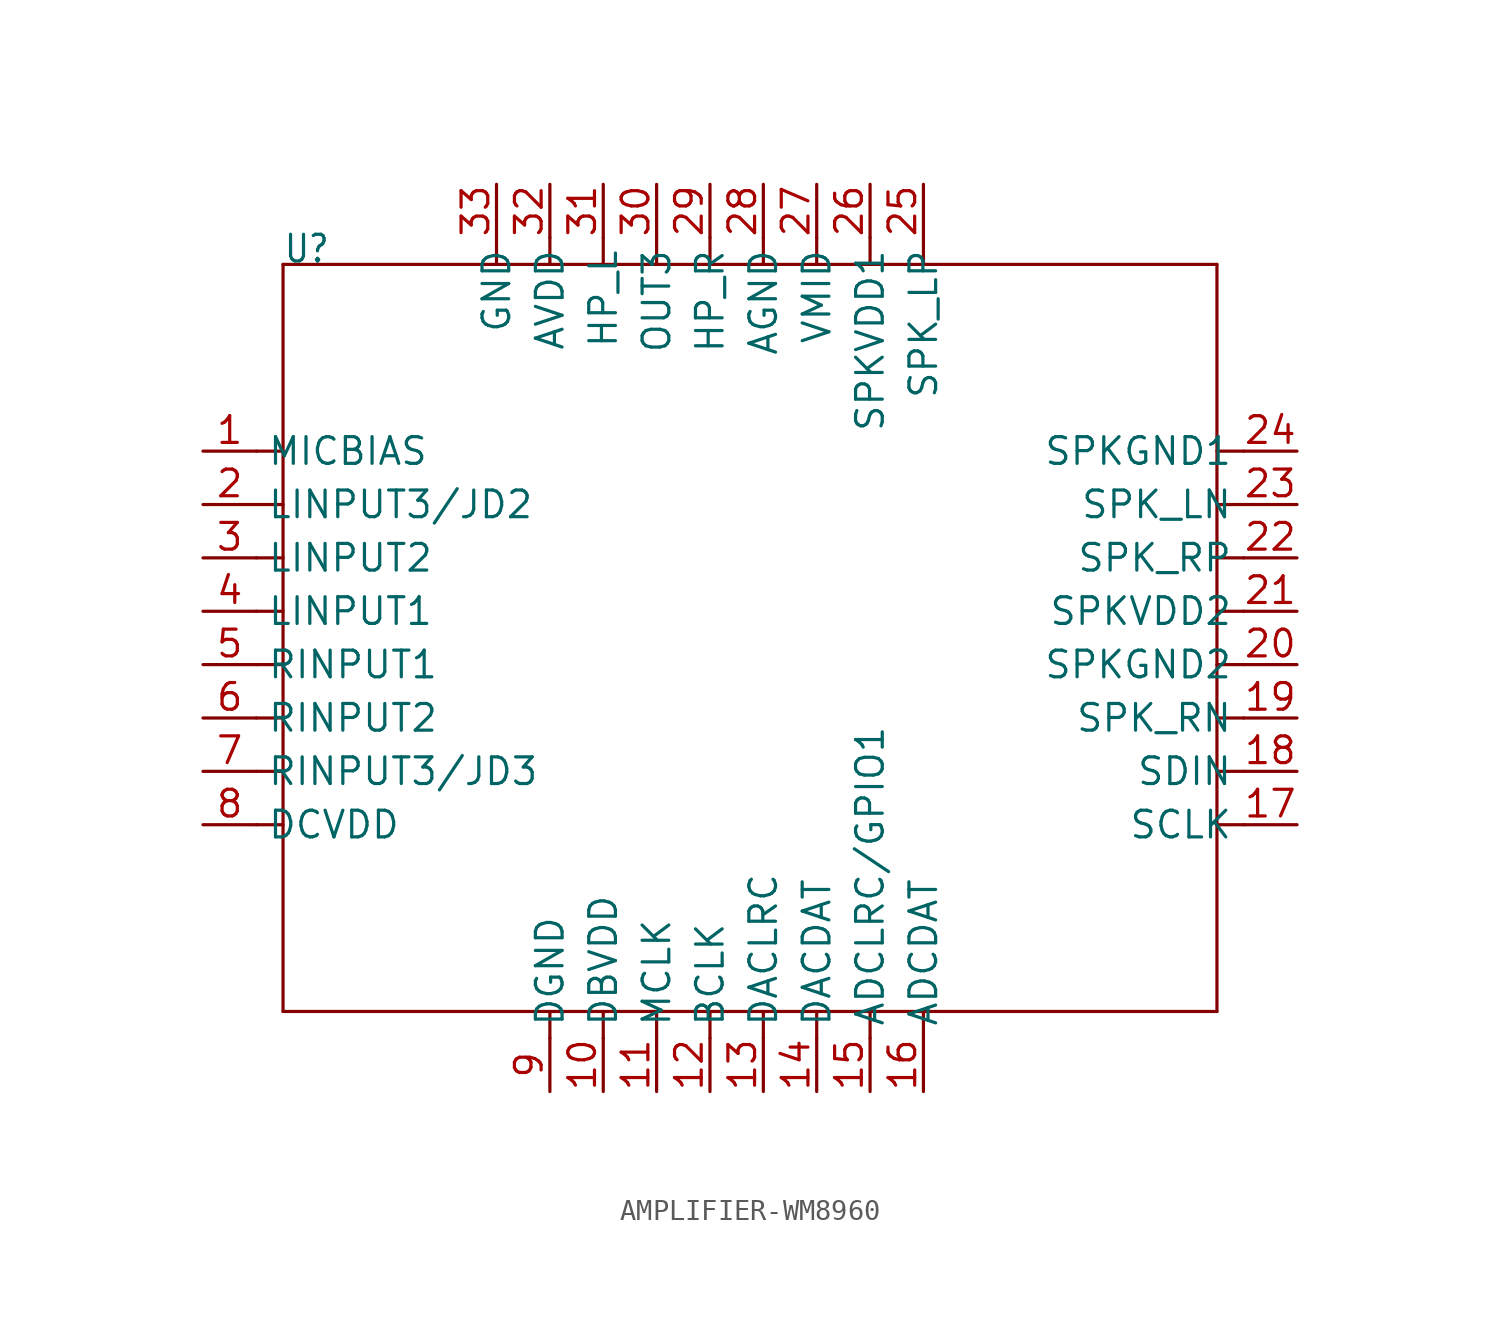
<source format=kicad_sym>
(kicad_symbol_lib
  (version 20231120)
  (generator "kicad_symbol_editor")
  (generator_version "8.0")
  (symbol "AMPLIFIER-WM8960"
    (property "Reference" "U"
      (at -21.59 17.78 0)
      (effects (font (size 1.27 1.079)) (justify left bottom)))
    (property "Value" ""
      (at 16.51 17.78 0)
      (effects (font (size 1.27 1.079)) (justify left bottom)))
    (property "ki_locked" ""
      (at 0 0 0)
      (effects (font (size 1.27 1.27))))
    (symbol "AMPLIFIER-WM8960_1_0"
      (polyline (pts (xy -22.86 -8.89) (xy -21.59 -8.89)) (stroke (width 0.152) (type solid)) (fill (type none)))
      (polyline (pts (xy -22.86 -6.35) (xy -21.59 -6.35)) (stroke (width 0.152) (type solid)) (fill (type none)))
      (polyline (pts (xy -22.86 -3.81) (xy -21.59 -3.81)) (stroke (width 0.152) (type solid)) (fill (type none)))
      (polyline (pts (xy -22.86 -1.27) (xy -21.59 -1.27)) (stroke (width 0.152) (type solid)) (fill (type none)))
      (polyline (pts (xy -22.86 1.27) (xy -21.59 1.27)) (stroke (width 0.152) (type solid)) (fill (type none)))
      (polyline (pts (xy -22.86 3.81) (xy -21.59 3.81)) (stroke (width 0.152) (type solid)) (fill (type none)))
      (polyline (pts (xy -22.86 6.35) (xy -21.59 6.35)) (stroke (width 0.152) (type solid)) (fill (type none)))
      (polyline (pts (xy -22.86 8.89) (xy -21.59 8.89)) (stroke (width 0.152) (type solid)) (fill (type none)))
      (polyline (pts (xy -21.59 -17.78) (xy -21.59 17.78)) (stroke (width 0.152) (type solid)) (fill (type none)))
      (polyline (pts (xy -21.59 17.78) (xy -11.43 17.78)) (stroke (width 0.152) (type solid)) (fill (type none)))
      (polyline (pts (xy -11.43 17.78) (xy -8.89 17.78)) (stroke (width 0.152) (type solid)) (fill (type none)))
      (polyline (pts (xy -11.43 19.05) (xy -11.43 17.78)) (stroke (width 0.152) (type solid)) (fill (type none)))
      (polyline (pts (xy -8.89 -17.78) (xy -8.89 -19.05)) (stroke (width 0.152) (type solid)) (fill (type none)))
      (polyline (pts (xy -8.89 17.78) (xy -6.35 17.78)) (stroke (width 0.152) (type solid)) (fill (type none)))
      (polyline (pts (xy -8.89 19.05) (xy -8.89 17.78)) (stroke (width 0.152) (type solid)) (fill (type none)))
      (polyline (pts (xy -6.35 -17.78) (xy -6.35 -19.05)) (stroke (width 0.152) (type solid)) (fill (type none)))
      (polyline (pts (xy -6.35 17.78) (xy -3.81 17.78)) (stroke (width 0.152) (type solid)) (fill (type none)))
      (polyline (pts (xy -6.35 19.05) (xy -6.35 17.78)) (stroke (width 0.152) (type solid)) (fill (type none)))
      (polyline (pts (xy -3.81 -17.78) (xy -3.81 -19.05)) (stroke (width 0.152) (type solid)) (fill (type none)))
      (polyline (pts (xy -3.81 17.78) (xy -1.27 17.78)) (stroke (width 0.152) (type solid)) (fill (type none)))
      (polyline (pts (xy -3.81 19.05) (xy -3.81 17.78)) (stroke (width 0.152) (type solid)) (fill (type none)))
      (polyline (pts (xy -1.27 -17.78) (xy -1.27 -19.05)) (stroke (width 0.152) (type solid)) (fill (type none)))
      (polyline (pts (xy -1.27 17.78) (xy 1.27 17.78)) (stroke (width 0.152) (type solid)) (fill (type none)))
      (polyline (pts (xy -1.27 19.05) (xy -1.27 17.78)) (stroke (width 0.152) (type solid)) (fill (type none)))
      (polyline (pts (xy 1.27 -17.78) (xy 1.27 -19.05)) (stroke (width 0.152) (type solid)) (fill (type none)))
      (polyline (pts (xy 1.27 17.78) (xy 3.81 17.78)) (stroke (width 0.152) (type solid)) (fill (type none)))
      (polyline (pts (xy 1.27 19.05) (xy 1.27 17.78)) (stroke (width 0.152) (type solid)) (fill (type none)))
      (polyline (pts (xy 3.81 -17.78) (xy 3.81 -19.05)) (stroke (width 0.152) (type solid)) (fill (type none)))
      (polyline (pts (xy 3.81 17.78) (xy 6.35 17.78)) (stroke (width 0.152) (type solid)) (fill (type none)))
      (polyline (pts (xy 3.81 19.05) (xy 3.81 17.78)) (stroke (width 0.152) (type solid)) (fill (type none)))
      (polyline (pts (xy 6.35 -17.78) (xy 6.35 -19.05)) (stroke (width 0.152) (type solid)) (fill (type none)))
      (polyline (pts (xy 6.35 17.78) (xy 8.89 17.78)) (stroke (width 0.152) (type solid)) (fill (type none)))
      (polyline (pts (xy 6.35 19.05) (xy 6.35 17.78)) (stroke (width 0.152) (type solid)) (fill (type none)))
      (polyline (pts (xy 8.89 -17.78) (xy 8.89 -19.05)) (stroke (width 0.152) (type solid)) (fill (type none)))
      (polyline (pts (xy 8.89 17.78) (xy 22.86 17.78)) (stroke (width 0.152) (type solid)) (fill (type none)))
      (polyline (pts (xy 8.89 19.05) (xy 8.89 17.78)) (stroke (width 0.152) (type solid)) (fill (type none)))
      (polyline (pts (xy 22.86 -17.78) (xy -21.59 -17.78)) (stroke (width 0.152) (type solid)) (fill (type none)))
      (polyline (pts (xy 22.86 -8.89) (xy 24.13 -8.89)) (stroke (width 0.152) (type solid)) (fill (type none)))
      (polyline (pts (xy 22.86 -6.35) (xy 24.13 -6.35)) (stroke (width 0.152) (type solid)) (fill (type none)))
      (polyline (pts (xy 22.86 -3.81) (xy 24.13 -3.81)) (stroke (width 0.152) (type solid)) (fill (type none)))
      (polyline (pts (xy 22.86 -1.27) (xy 24.13 -1.27)) (stroke (width 0.152) (type solid)) (fill (type none)))
      (polyline (pts (xy 22.86 1.27) (xy 24.13 1.27)) (stroke (width 0.152) (type solid)) (fill (type none)))
      (polyline (pts (xy 22.86 3.81) (xy 24.13 3.81)) (stroke (width 0.152) (type solid)) (fill (type none)))
      (polyline (pts (xy 22.86 6.35) (xy 24.13 6.35)) (stroke (width 0.152) (type solid)) (fill (type none)))
      (polyline (pts (xy 22.86 8.89) (xy 24.13 8.89)) (stroke (width 0.152) (type solid)) (fill (type none)))
      (polyline (pts (xy 22.86 17.78) (xy 22.86 -17.78)) (stroke (width 0.152) (type solid)) (fill (type none)))
      (pin bidirectional line (at -25.4 8.89 0) (length 2.54) (name "MICBIAS" (effects (font (size 1.27 1.27)))) (number "1" (effects (font (size 1.27 1.27)))))
      (pin bidirectional line (at -6.35 -21.59 90) (length 2.54) (name "DBVDD" (effects (font (size 1.27 1.27)))) (number "10" (effects (font (size 1.27 1.27)))))
      (pin bidirectional line (at -3.81 -21.59 90) (length 2.54) (name "MCLK" (effects (font (size 1.27 1.27)))) (number "11" (effects (font (size 1.27 1.27)))))
      (pin bidirectional line (at -1.27 -21.59 90) (length 2.54) (name "BCLK" (effects (font (size 1.27 1.27)))) (number "12" (effects (font (size 1.27 1.27)))))
      (pin bidirectional line (at 1.27 -21.59 90) (length 2.54) (name "DACLRC" (effects (font (size 1.27 1.27)))) (number "13" (effects (font (size 1.27 1.27)))))
      (pin bidirectional line (at 3.81 -21.59 90) (length 2.54) (name "DACDAT" (effects (font (size 1.27 1.27)))) (number "14" (effects (font (size 1.27 1.27)))))
      (pin bidirectional line (at 6.35 -21.59 90) (length 2.54) (name "ADCLRC/GPIO1" (effects (font (size 1.27 1.27)))) (number "15" (effects (font (size 1.27 1.27)))))
      (pin bidirectional line (at 8.89 -21.59 90) (length 2.54) (name "ADCDAT" (effects (font (size 1.27 1.27)))) (number "16" (effects (font (size 1.27 1.27)))))
      (pin bidirectional line (at 26.67 -8.89 180) (length 2.54) (name "SCLK" (effects (font (size 1.27 1.27)))) (number "17" (effects (font (size 1.27 1.27)))))
      (pin bidirectional line (at 26.67 -6.35 180) (length 2.54) (name "SDIN" (effects (font (size 1.27 1.27)))) (number "18" (effects (font (size 1.27 1.27)))))
      (pin bidirectional line (at 26.67 -3.81 180) (length 2.54) (name "SPK_RN" (effects (font (size 1.27 1.27)))) (number "19" (effects (font (size 1.27 1.27)))))
      (pin bidirectional line (at -25.4 6.35 0) (length 2.54) (name "LINPUT3/JD2" (effects (font (size 1.27 1.27)))) (number "2" (effects (font (size 1.27 1.27)))))
      (pin bidirectional line (at 26.67 -1.27 180) (length 2.54) (name "SPKGND2" (effects (font (size 1.27 1.27)))) (number "20" (effects (font (size 1.27 1.27)))))
      (pin bidirectional line (at 26.67 1.27 180) (length 2.54) (name "SPKVDD2" (effects (font (size 1.27 1.27)))) (number "21" (effects (font (size 1.27 1.27)))))
      (pin bidirectional line (at 26.67 3.81 180) (length 2.54) (name "SPK_RP" (effects (font (size 1.27 1.27)))) (number "22" (effects (font (size 1.27 1.27)))))
      (pin bidirectional line (at 26.67 6.35 180) (length 2.54) (name "SPK_LN" (effects (font (size 1.27 1.27)))) (number "23" (effects (font (size 1.27 1.27)))))
      (pin bidirectional line (at 26.67 8.89 180) (length 2.54) (name "SPKGND1" (effects (font (size 1.27 1.27)))) (number "24" (effects (font (size 1.27 1.27)))))
      (pin bidirectional line (at 8.89 21.59 270) (length 2.54) (name "SPK_LP" (effects (font (size 1.27 1.27)))) (number "25" (effects (font (size 1.27 1.27)))))
      (pin bidirectional line (at 6.35 21.59 270) (length 2.54) (name "SPKVDD1" (effects (font (size 1.27 1.27)))) (number "26" (effects (font (size 1.27 1.27)))))
      (pin bidirectional line (at 3.81 21.59 270) (length 2.54) (name "VMID" (effects (font (size 1.27 1.27)))) (number "27" (effects (font (size 1.27 1.27)))))
      (pin bidirectional line (at 1.27 21.59 270) (length 2.54) (name "AGND" (effects (font (size 1.27 1.27)))) (number "28" (effects (font (size 1.27 1.27)))))
      (pin bidirectional line (at -1.27 21.59 270) (length 2.54) (name "HP_R" (effects (font (size 1.27 1.27)))) (number "29" (effects (font (size 1.27 1.27)))))
      (pin bidirectional line (at -25.4 3.81 0) (length 2.54) (name "LINPUT2" (effects (font (size 1.27 1.27)))) (number "3" (effects (font (size 1.27 1.27)))))
      (pin bidirectional line (at -3.81 21.59 270) (length 2.54) (name "OUT3" (effects (font (size 1.27 1.27)))) (number "30" (effects (font (size 1.27 1.27)))))
      (pin bidirectional line (at -6.35 21.59 270) (length 2.54) (name "HP_L" (effects (font (size 1.27 1.27)))) (number "31" (effects (font (size 1.27 1.27)))))
      (pin bidirectional line (at -8.89 21.59 270) (length 2.54) (name "AVDD" (effects (font (size 1.27 1.27)))) (number "32" (effects (font (size 1.27 1.27)))))
      (pin bidirectional line (at -11.43 21.59 270) (length 2.54) (name "GND" (effects (font (size 1.27 1.27)))) (number "33" (effects (font (size 1.27 1.27)))))
      (pin bidirectional line (at -25.4 1.27 0) (length 2.54) (name "LINPUT1" (effects (font (size 1.27 1.27)))) (number "4" (effects (font (size 1.27 1.27)))))
      (pin bidirectional line (at -25.4 -1.27 0) (length 2.54) (name "RINPUT1" (effects (font (size 1.27 1.27)))) (number "5" (effects (font (size 1.27 1.27)))))
      (pin bidirectional line (at -25.4 -3.81 0) (length 2.54) (name "RINPUT2" (effects (font (size 1.27 1.27)))) (number "6" (effects (font (size 1.27 1.27)))))
      (pin bidirectional line (at -25.4 -6.35 0) (length 2.54) (name "RINPUT3/JD3" (effects (font (size 1.27 1.27)))) (number "7" (effects (font (size 1.27 1.27)))))
      (pin bidirectional line (at -25.4 -8.89 0) (length 2.54) (name "DCVDD" (effects (font (size 1.27 1.27)))) (number "8" (effects (font (size 1.27 1.27)))))
      (pin bidirectional line (at -8.89 -21.59 90) (length 2.54) (name "DGND" (effects (font (size 1.27 1.27)))) (number "9" (effects (font (size 1.27 1.27))))))))
</source>
